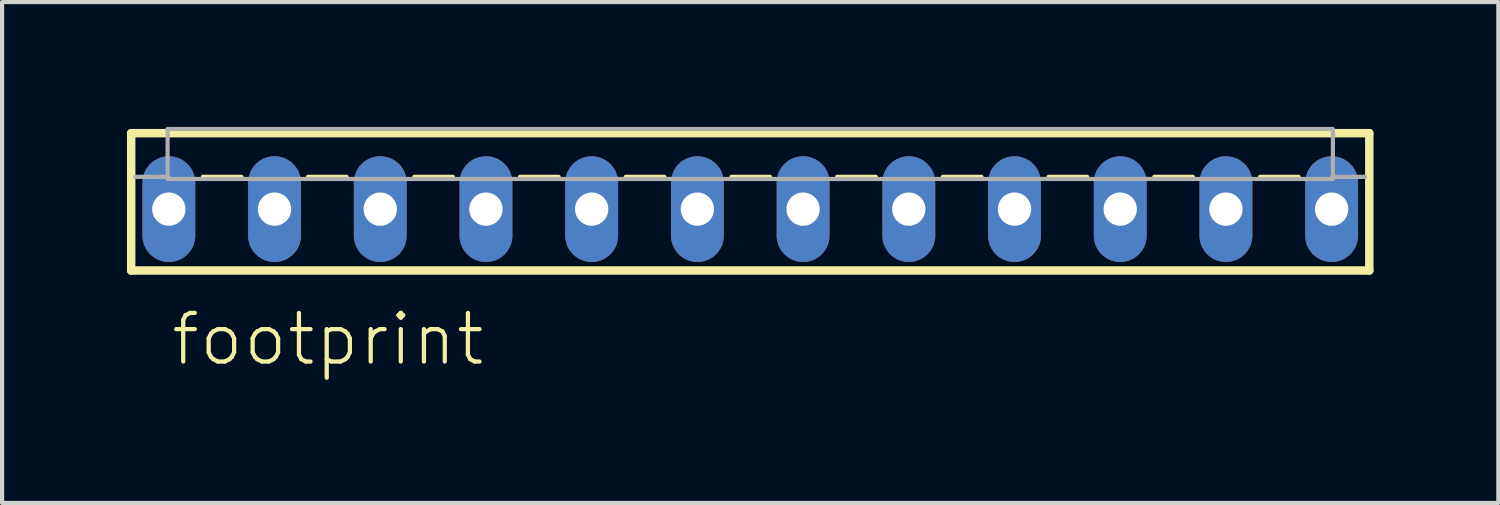
<source format=kicad_pcb>
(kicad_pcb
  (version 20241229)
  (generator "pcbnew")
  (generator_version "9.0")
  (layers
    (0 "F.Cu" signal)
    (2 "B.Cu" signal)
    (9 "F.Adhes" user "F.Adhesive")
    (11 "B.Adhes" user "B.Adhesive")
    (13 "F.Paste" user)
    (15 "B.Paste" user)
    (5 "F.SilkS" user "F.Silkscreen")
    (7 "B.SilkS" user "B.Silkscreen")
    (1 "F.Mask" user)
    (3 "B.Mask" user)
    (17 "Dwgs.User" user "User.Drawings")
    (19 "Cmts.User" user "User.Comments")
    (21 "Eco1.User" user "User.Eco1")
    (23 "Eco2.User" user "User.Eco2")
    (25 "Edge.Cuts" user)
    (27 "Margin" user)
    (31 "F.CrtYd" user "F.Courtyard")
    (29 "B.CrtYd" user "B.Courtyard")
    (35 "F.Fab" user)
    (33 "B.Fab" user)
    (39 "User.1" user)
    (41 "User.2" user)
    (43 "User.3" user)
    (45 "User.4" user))
  (footprint "footprint"
    (layer "F.Cu")
    (at 14.977 1.975)
    (property "Reference" "footprint" (at -13.97 3.81 0) (layer "F.SilkS") (effects (font (size 1.168 1.168) (thickness 0.102)) (justify left bottom)))
    (fp_line (start -14.875 -1.825) (end 14.875 -1.825) (stroke (width 0.203) (type solid)) (layer "F.SilkS"))
    (fp_line (start -14.875 1.475) (end -14.875 -1.825) (stroke (width 0.203) (type solid)) (layer "F.SilkS"))
    (fp_line (start -13.15 -0.775) (end -12.225 -0.775) (stroke (width 0.102) (type solid)) (layer "F.SilkS"))
    (fp_line (start -10.625 -0.775) (end -9.7 -0.775) (stroke (width 0.102) (type solid)) (layer "F.SilkS"))
    (fp_line (start -8.07 -0.775) (end -7.145 -0.775) (stroke (width 0.102) (type solid)) (layer "F.SilkS"))
    (fp_line (start -5.53 -0.775) (end -4.605 -0.775) (stroke (width 0.102) (type solid)) (layer "F.SilkS"))
    (fp_line (start -2.99 -0.775) (end -2.065 -0.775) (stroke (width 0.102) (type solid)) (layer "F.SilkS"))
    (fp_line (start -0.45 -0.775) (end 0.475 -0.775) (stroke (width 0.102) (type solid)) (layer "F.SilkS"))
    (fp_line (start 2.09 -0.775) (end 3.015 -0.775) (stroke (width 0.102) (type solid)) (layer "F.SilkS"))
    (fp_line (start 4.63 -0.775) (end 5.555 -0.775) (stroke (width 0.102) (type solid)) (layer "F.SilkS"))
    (fp_line (start 7.17 -0.775) (end 8.095 -0.775) (stroke (width 0.102) (type solid)) (layer "F.SilkS"))
    (fp_line (start 9.71 -0.775) (end 10.635 -0.775) (stroke (width 0.102) (type solid)) (layer "F.SilkS"))
    (fp_line (start 12.25 -0.775) (end 13.175 -0.775) (stroke (width 0.102) (type solid)) (layer "F.SilkS"))
    (fp_line (start 14.875 -1.825) (end 14.875 1.475) (stroke (width 0.203) (type solid)) (layer "F.SilkS"))
    (fp_line (start 14.875 1.475) (end -14.875 1.475) (stroke (width 0.203) (type solid)) (layer "F.SilkS"))
    (fp_line (start -14.775 -0.775) (end -13.975 -0.775) (stroke (width 0.102) (type solid)) (layer "F.Fab"))
    (fp_line (start 14.775 -0.775) (end 13.975 -0.775) (stroke (width 0.102) (type solid)) (layer "F.Fab"))
    (fp_poly (pts (xy -14 -0.725) (xy 14 -0.725) (xy 14 -1.925) (xy -14 -1.925)) (stroke (width 0.1) (type solid)) (fill no) (layer "F.Fab"))
    (pad "1" thru_hole oval (at -13.97 0 90) (size 2.54 1.27) (drill 0.8) (layers "*.Cu" "*.Mask"))
    (pad "2" thru_hole oval (at -11.43 0 90) (size 2.54 1.27) (drill 0.8) (layers "*.Cu" "*.Mask"))
    (pad "3" thru_hole oval (at -8.89 0 90) (size 2.54 1.27) (drill 0.8) (layers "*.Cu" "*.Mask"))
    (pad "4" thru_hole oval (at -6.35 0 90) (size 2.54 1.27) (drill 0.8) (layers "*.Cu" "*.Mask"))
    (pad "5" thru_hole oval (at -3.81 0 90) (size 2.54 1.27) (drill 0.8) (layers "*.Cu" "*.Mask"))
    (pad "6" thru_hole oval (at -1.27 0 90) (size 2.54 1.27) (drill 0.8) (layers "*.Cu" "*.Mask"))
    (pad "7" thru_hole oval (at 1.27 0 90) (size 2.54 1.27) (drill 0.8) (layers "*.Cu" "*.Mask"))
    (pad "8" thru_hole oval (at 3.81 0 90) (size 2.54 1.27) (drill 0.8) (layers "*.Cu" "*.Mask"))
    (pad "9" thru_hole oval (at 6.35 0 90) (size 2.54 1.27) (drill 0.8) (layers "*.Cu" "*.Mask"))
    (pad "10" thru_hole oval (at 8.89 0 90) (size 2.54 1.27) (drill 0.8) (layers "*.Cu" "*.Mask"))
    (pad "11" thru_hole oval (at 11.43 0 90) (size 2.54 1.27) (drill 0.8) (layers "*.Cu" "*.Mask"))
    (pad "12" thru_hole oval (at 13.97 0 90) (size 2.54 1.27) (drill 0.8) (layers "*.Cu" "*.Mask")))
  (gr_rect
    (start -3 -3)
    (end 32.953 9.035)
    (stroke (width 0.1) (type default))
    (fill no)
    (layer "Edge.Cuts")))
</source>
